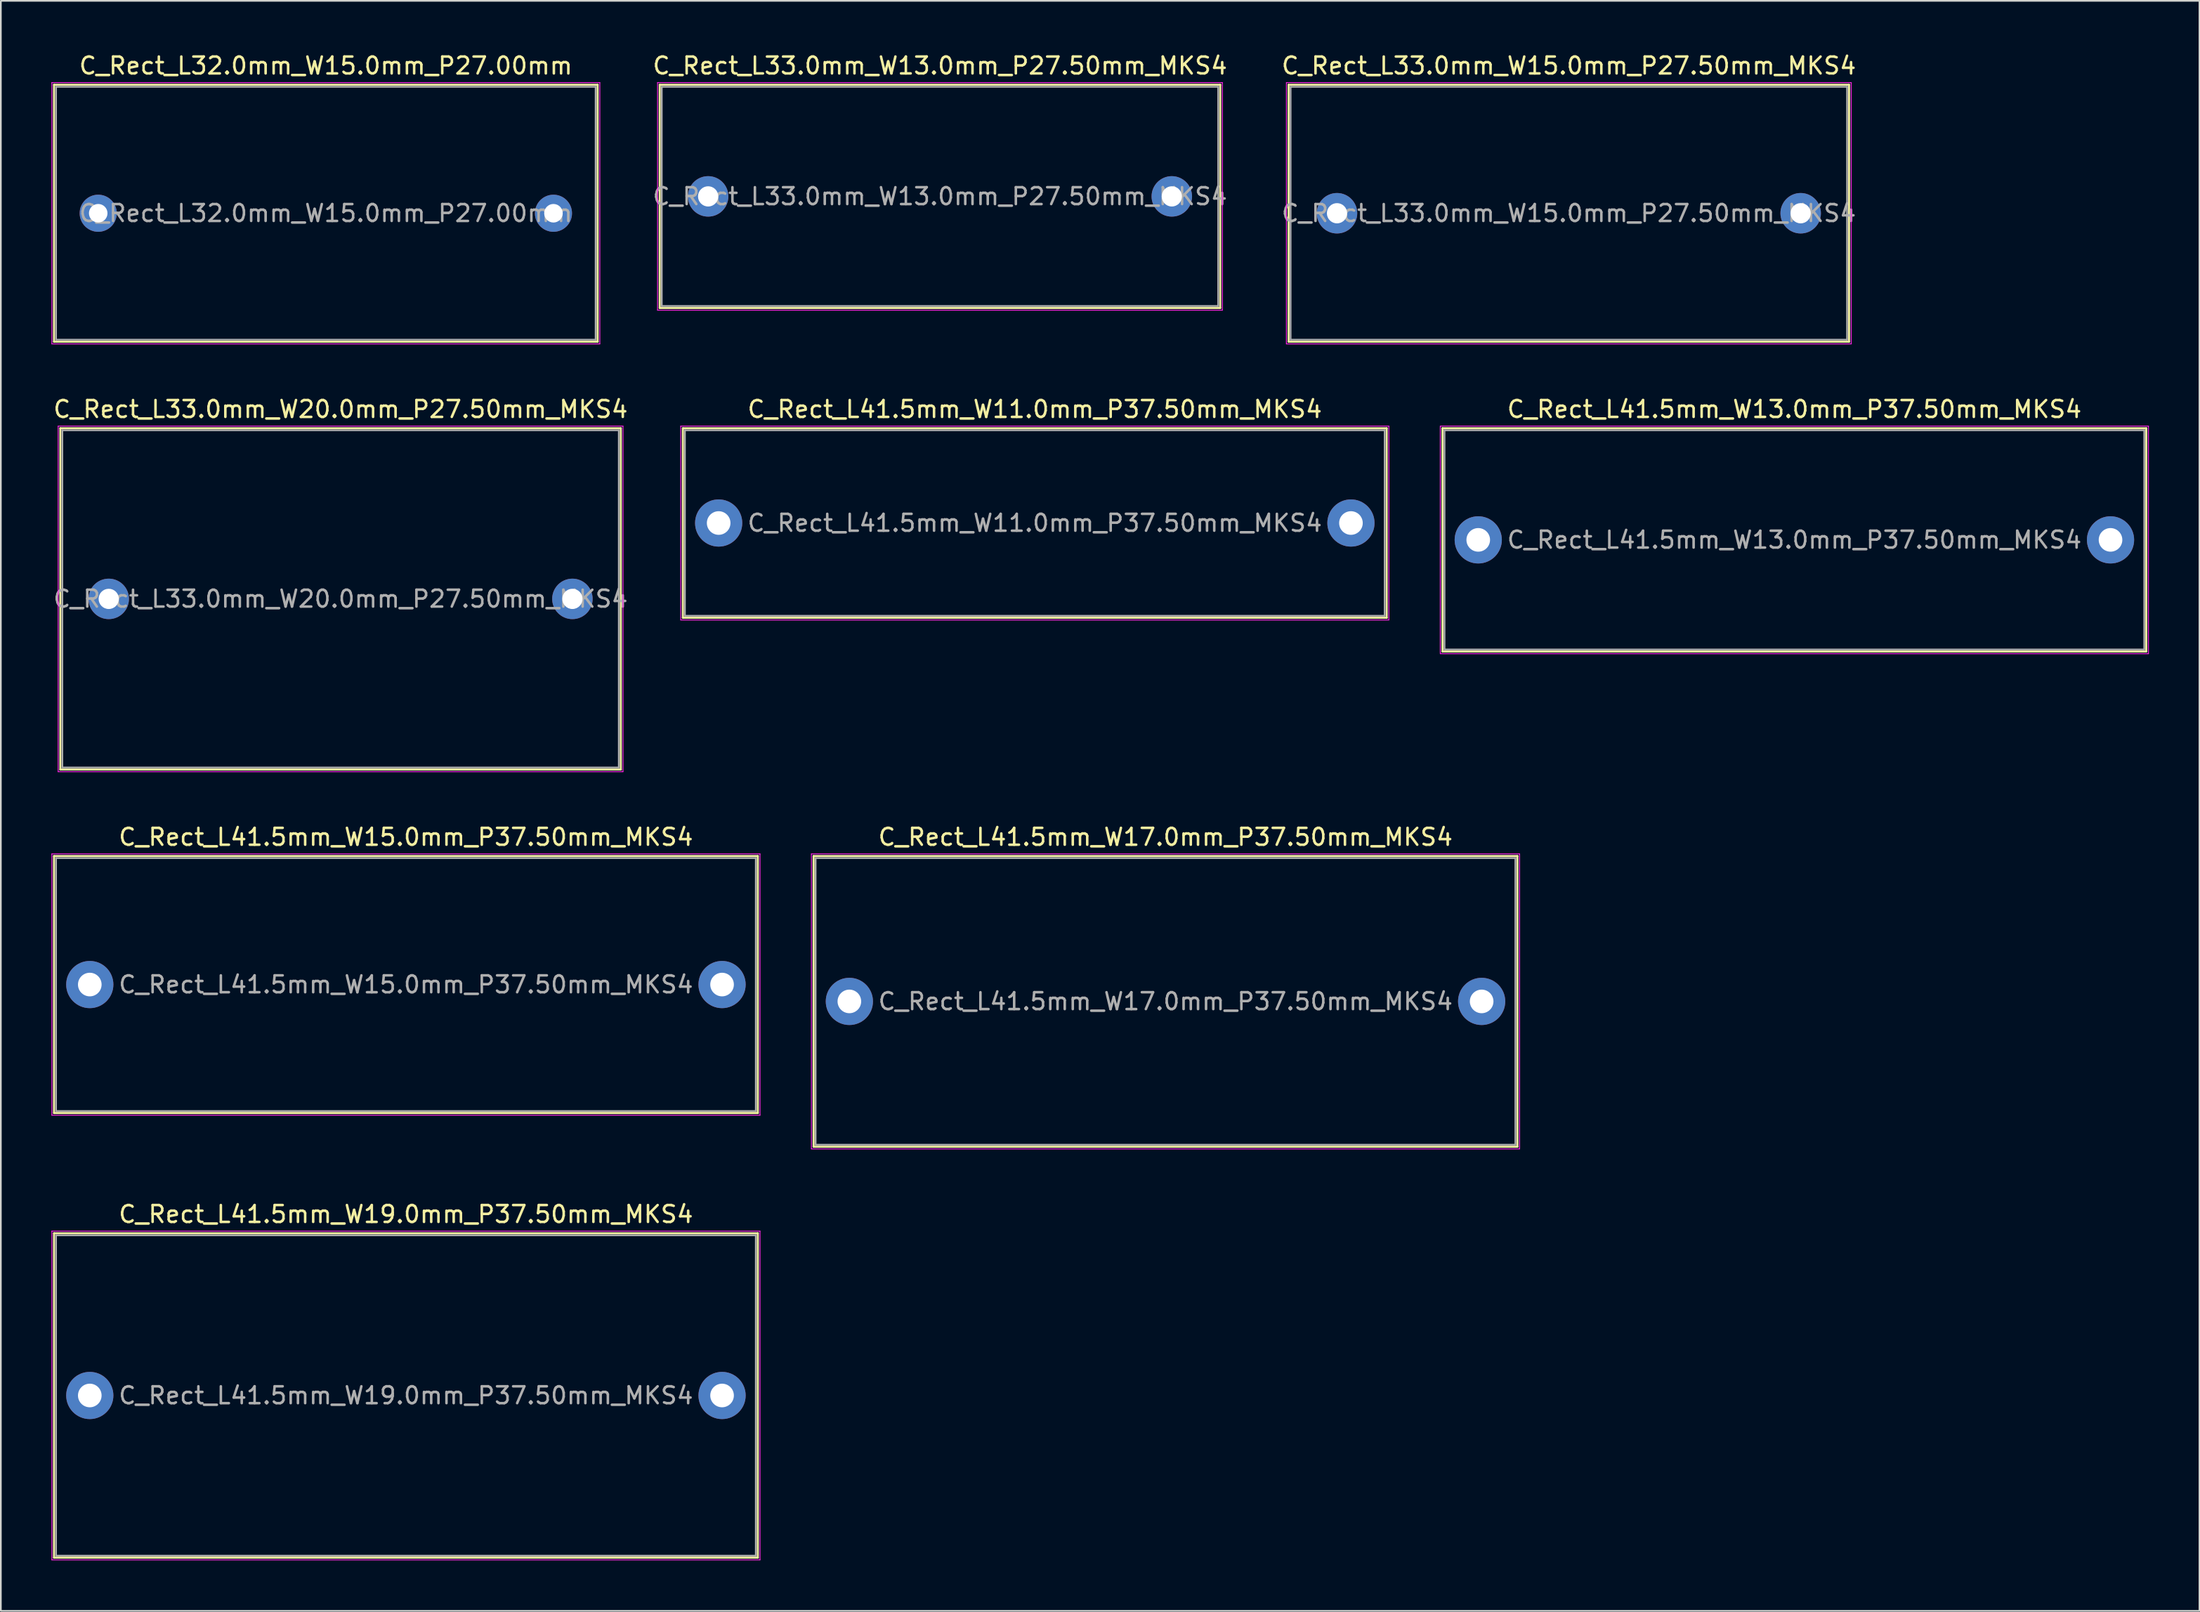
<source format=kicad_pcb>
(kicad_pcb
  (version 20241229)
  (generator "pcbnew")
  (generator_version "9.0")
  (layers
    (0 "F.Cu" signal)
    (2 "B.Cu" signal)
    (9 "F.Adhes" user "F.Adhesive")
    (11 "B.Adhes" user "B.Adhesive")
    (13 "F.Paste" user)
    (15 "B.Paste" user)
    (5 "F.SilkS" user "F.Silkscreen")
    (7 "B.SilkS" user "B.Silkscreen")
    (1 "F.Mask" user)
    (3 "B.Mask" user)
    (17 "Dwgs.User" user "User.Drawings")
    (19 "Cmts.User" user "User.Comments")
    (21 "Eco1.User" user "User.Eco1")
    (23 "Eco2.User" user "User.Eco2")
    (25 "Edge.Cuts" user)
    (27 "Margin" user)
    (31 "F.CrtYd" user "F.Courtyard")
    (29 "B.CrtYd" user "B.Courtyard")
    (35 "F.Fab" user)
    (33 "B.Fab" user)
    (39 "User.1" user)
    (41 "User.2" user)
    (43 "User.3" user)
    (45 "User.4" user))
  (footprint "C_Rect_L41.5mm_W15.0mm_P37.50mm_MKS4"
    (layer "F.Cu")
    (at 2.275 55.345)
    (property "Reference" "C_Rect_L41.5mm_W15.0mm_P37.50mm_MKS4" (at 18.75 -8.75 0) (layer "F.SilkS") (effects (font (size 1 1) (thickness 0.15))))
    (attr through_hole)
    (fp_line (start -2.12 -7.62) (end -2.12 7.62) (stroke (width 0.12) (type solid)) (layer "F.SilkS"))
    (fp_line (start -2.12 -7.62) (end 39.62 -7.62) (stroke (width 0.12) (type solid)) (layer "F.SilkS"))
    (fp_line (start -2.12 7.62) (end 39.62 7.62) (stroke (width 0.12) (type solid)) (layer "F.SilkS"))
    (fp_line (start 39.62 -7.62) (end 39.62 7.62) (stroke (width 0.12) (type solid)) (layer "F.SilkS"))
    (fp_line (start -2.25 -7.75) (end -2.25 7.75) (stroke (width 0.05) (type solid)) (layer "F.CrtYd"))
    (fp_line (start -2.25 7.75) (end 39.75 7.75) (stroke (width 0.05) (type solid)) (layer "F.CrtYd"))
    (fp_line (start 39.75 -7.75) (end -2.25 -7.75) (stroke (width 0.05) (type solid)) (layer "F.CrtYd"))
    (fp_line (start 39.75 7.75) (end 39.75 -7.75) (stroke (width 0.05) (type solid)) (layer "F.CrtYd"))
    (fp_line (start -2 -7.5) (end -2 7.5) (stroke (width 0.1) (type solid)) (layer "F.Fab"))
    (fp_line (start -2 7.5) (end 39.5 7.5) (stroke (width 0.1) (type solid)) (layer "F.Fab"))
    (fp_line (start 39.5 -7.5) (end -2 -7.5) (stroke (width 0.1) (type solid)) (layer "F.Fab"))
    (fp_line (start 39.5 7.5) (end 39.5 -7.5) (stroke (width 0.1) (type solid)) (layer "F.Fab"))
    (fp_text user "${REFERENCE}" (at 18.75 0 0) (layer "F.Fab") (effects (font (size 1 1) (thickness 0.15))))
    (pad "1" thru_hole circle (at 0 0) (size 2.8 2.8) (drill 1.4) (layers "*.Cu" "*.Mask"))
    (pad "2" thru_hole circle (at 37.5 0) (size 2.8 2.8) (drill 1.4) (layers "*.Cu" "*.Mask")))
  (footprint "C_Rect_L41.5mm_W17.0mm_P37.50mm_MKS4"
    (layer "F.Cu")
    (at 47.325 56.345)
    (property "Reference" "C_Rect_L41.5mm_W17.0mm_P37.50mm_MKS4" (at 18.75 -9.75 0) (layer "F.SilkS") (effects (font (size 1 1) (thickness 0.15))))
    (attr through_hole)
    (fp_line (start -2.12 -8.62) (end -2.12 8.62) (stroke (width 0.12) (type solid)) (layer "F.SilkS"))
    (fp_line (start -2.12 -8.62) (end 39.62 -8.62) (stroke (width 0.12) (type solid)) (layer "F.SilkS"))
    (fp_line (start -2.12 8.62) (end 39.62 8.62) (stroke (width 0.12) (type solid)) (layer "F.SilkS"))
    (fp_line (start 39.62 -8.62) (end 39.62 8.62) (stroke (width 0.12) (type solid)) (layer "F.SilkS"))
    (fp_line (start -2.25 -8.75) (end -2.25 8.75) (stroke (width 0.05) (type solid)) (layer "F.CrtYd"))
    (fp_line (start -2.25 8.75) (end 39.75 8.75) (stroke (width 0.05) (type solid)) (layer "F.CrtYd"))
    (fp_line (start 39.75 -8.75) (end -2.25 -8.75) (stroke (width 0.05) (type solid)) (layer "F.CrtYd"))
    (fp_line (start 39.75 8.75) (end 39.75 -8.75) (stroke (width 0.05) (type solid)) (layer "F.CrtYd"))
    (fp_line (start -2 -8.5) (end -2 8.5) (stroke (width 0.1) (type solid)) (layer "F.Fab"))
    (fp_line (start -2 8.5) (end 39.5 8.5) (stroke (width 0.1) (type solid)) (layer "F.Fab"))
    (fp_line (start 39.5 -8.5) (end -2 -8.5) (stroke (width 0.1) (type solid)) (layer "F.Fab"))
    (fp_line (start 39.5 8.5) (end 39.5 -8.5) (stroke (width 0.1) (type solid)) (layer "F.Fab"))
    (fp_text user "${REFERENCE}" (at 18.75 0 0) (layer "F.Fab") (effects (font (size 1 1) (thickness 0.15))))
    (pad "1" thru_hole circle (at 0 0) (size 2.8 2.8) (drill 1.4) (layers "*.Cu" "*.Mask"))
    (pad "2" thru_hole circle (at 37.5 0) (size 2.8 2.8) (drill 1.4) (layers "*.Cu" "*.Mask")))
  (footprint "C_Rect_L41.5mm_W19.0mm_P37.50mm_MKS4"
    (layer "F.Cu")
    (at 2.275 79.718)
    (property "Reference" "C_Rect_L41.5mm_W19.0mm_P37.50mm_MKS4" (at 18.75 -10.75 0) (layer "F.SilkS") (effects (font (size 1 1) (thickness 0.15))))
    (attr through_hole)
    (fp_line (start -2.12 -9.62) (end -2.12 9.62) (stroke (width 0.12) (type solid)) (layer "F.SilkS"))
    (fp_line (start -2.12 -9.62) (end 39.62 -9.62) (stroke (width 0.12) (type solid)) (layer "F.SilkS"))
    (fp_line (start -2.12 9.62) (end 39.62 9.62) (stroke (width 0.12) (type solid)) (layer "F.SilkS"))
    (fp_line (start 39.62 -9.62) (end 39.62 9.62) (stroke (width 0.12) (type solid)) (layer "F.SilkS"))
    (fp_line (start -2.25 -9.75) (end -2.25 9.75) (stroke (width 0.05) (type solid)) (layer "F.CrtYd"))
    (fp_line (start -2.25 9.75) (end 39.75 9.75) (stroke (width 0.05) (type solid)) (layer "F.CrtYd"))
    (fp_line (start 39.75 -9.75) (end -2.25 -9.75) (stroke (width 0.05) (type solid)) (layer "F.CrtYd"))
    (fp_line (start 39.75 9.75) (end 39.75 -9.75) (stroke (width 0.05) (type solid)) (layer "F.CrtYd"))
    (fp_line (start -2 -9.5) (end -2 9.5) (stroke (width 0.1) (type solid)) (layer "F.Fab"))
    (fp_line (start -2 9.5) (end 39.5 9.5) (stroke (width 0.1) (type solid)) (layer "F.Fab"))
    (fp_line (start 39.5 -9.5) (end -2 -9.5) (stroke (width 0.1) (type solid)) (layer "F.Fab"))
    (fp_line (start 39.5 9.5) (end 39.5 -9.5) (stroke (width 0.1) (type solid)) (layer "F.Fab"))
    (fp_text user "${REFERENCE}" (at 18.75 0 0) (layer "F.Fab") (effects (font (size 1 1) (thickness 0.15))))
    (pad "1" thru_hole circle (at 0 0) (size 2.8 2.8) (drill 1.4) (layers "*.Cu" "*.Mask"))
    (pad "2" thru_hole circle (at 37.5 0) (size 2.8 2.8) (drill 1.4) (layers "*.Cu" "*.Mask")))
  (footprint "C_Rect_L41.5mm_W13.0mm_P37.50mm_MKS4"
    (layer "F.Cu")
    (at 84.623 28.971)
    (property "Reference" "C_Rect_L41.5mm_W13.0mm_P37.50mm_MKS4" (at 18.75 -7.75 0) (layer "F.SilkS") (effects (font (size 1 1) (thickness 0.15))))
    (attr through_hole)
    (fp_line (start -2.12 -6.62) (end -2.12 6.62) (stroke (width 0.12) (type solid)) (layer "F.SilkS"))
    (fp_line (start -2.12 -6.62) (end 39.62 -6.62) (stroke (width 0.12) (type solid)) (layer "F.SilkS"))
    (fp_line (start -2.12 6.62) (end 39.62 6.62) (stroke (width 0.12) (type solid)) (layer "F.SilkS"))
    (fp_line (start 39.62 -6.62) (end 39.62 6.62) (stroke (width 0.12) (type solid)) (layer "F.SilkS"))
    (fp_line (start -2.25 -6.75) (end -2.25 6.75) (stroke (width 0.05) (type solid)) (layer "F.CrtYd"))
    (fp_line (start -2.25 6.75) (end 39.75 6.75) (stroke (width 0.05) (type solid)) (layer "F.CrtYd"))
    (fp_line (start 39.75 -6.75) (end -2.25 -6.75) (stroke (width 0.05) (type solid)) (layer "F.CrtYd"))
    (fp_line (start 39.75 6.75) (end 39.75 -6.75) (stroke (width 0.05) (type solid)) (layer "F.CrtYd"))
    (fp_line (start -2 -6.5) (end -2 6.5) (stroke (width 0.1) (type solid)) (layer "F.Fab"))
    (fp_line (start -2 6.5) (end 39.5 6.5) (stroke (width 0.1) (type solid)) (layer "F.Fab"))
    (fp_line (start 39.5 -6.5) (end -2 -6.5) (stroke (width 0.1) (type solid)) (layer "F.Fab"))
    (fp_line (start 39.5 6.5) (end 39.5 -6.5) (stroke (width 0.1) (type solid)) (layer "F.Fab"))
    (fp_text user "${REFERENCE}" (at 18.75 0 0) (layer "F.Fab") (effects (font (size 1 1) (thickness 0.15))))
    (pad "1" thru_hole circle (at 0 0) (size 2.8 2.8) (drill 1.4) (layers "*.Cu" "*.Mask"))
    (pad "2" thru_hole circle (at 37.5 0) (size 2.8 2.8) (drill 1.4) (layers "*.Cu" "*.Mask")))
  (footprint "C_Rect_L41.5mm_W11.0mm_P37.50mm_MKS4"
    (layer "F.Cu")
    (at 39.573 27.971)
    (property "Reference" "C_Rect_L41.5mm_W11.0mm_P37.50mm_MKS4" (at 18.75 -6.75 0) (layer "F.SilkS") (effects (font (size 1 1) (thickness 0.15))))
    (attr through_hole)
    (fp_line (start -2.12 -5.62) (end -2.12 5.62) (stroke (width 0.12) (type solid)) (layer "F.SilkS"))
    (fp_line (start -2.12 -5.62) (end 39.62 -5.62) (stroke (width 0.12) (type solid)) (layer "F.SilkS"))
    (fp_line (start -2.12 5.62) (end 39.62 5.62) (stroke (width 0.12) (type solid)) (layer "F.SilkS"))
    (fp_line (start 39.62 -5.62) (end 39.62 5.62) (stroke (width 0.12) (type solid)) (layer "F.SilkS"))
    (fp_line (start -2.25 -5.75) (end -2.25 5.75) (stroke (width 0.05) (type solid)) (layer "F.CrtYd"))
    (fp_line (start -2.25 5.75) (end 39.75 5.75) (stroke (width 0.05) (type solid)) (layer "F.CrtYd"))
    (fp_line (start 39.75 -5.75) (end -2.25 -5.75) (stroke (width 0.05) (type solid)) (layer "F.CrtYd"))
    (fp_line (start 39.75 5.75) (end 39.75 -5.75) (stroke (width 0.05) (type solid)) (layer "F.CrtYd"))
    (fp_line (start -2 -5.5) (end -2 5.5) (stroke (width 0.1) (type solid)) (layer "F.Fab"))
    (fp_line (start -2 5.5) (end 39.5 5.5) (stroke (width 0.1) (type solid)) (layer "F.Fab"))
    (fp_line (start 39.5 -5.5) (end -2 -5.5) (stroke (width 0.1) (type solid)) (layer "F.Fab"))
    (fp_line (start 39.5 5.5) (end 39.5 -5.5) (stroke (width 0.1) (type solid)) (layer "F.Fab"))
    (fp_text user "${REFERENCE}" (at 18.75 0 0) (layer "F.Fab") (effects (font (size 1 1) (thickness 0.15))))
    (pad "1" thru_hole circle (at 0 0) (size 2.8 2.8) (drill 1.4) (layers "*.Cu" "*.Mask"))
    (pad "2" thru_hole circle (at 37.5 0) (size 2.8 2.8) (drill 1.4) (layers "*.Cu" "*.Mask")))
  (footprint "C_Rect_L33.0mm_W20.0mm_P27.50mm_MKS4"
    (layer "F.Cu")
    (at 3.399 32.471)
    (property "Reference" "C_Rect_L33.0mm_W20.0mm_P27.50mm_MKS4" (at 13.75 -11.25 0) (layer "F.SilkS") (effects (font (size 1 1) (thickness 0.15))))
    (attr through_hole)
    (fp_line (start -2.87 -10.12) (end -2.87 10.12) (stroke (width 0.12) (type solid)) (layer "F.SilkS"))
    (fp_line (start -2.87 -10.12) (end 30.37 -10.12) (stroke (width 0.12) (type solid)) (layer "F.SilkS"))
    (fp_line (start -2.87 10.12) (end 30.37 10.12) (stroke (width 0.12) (type solid)) (layer "F.SilkS"))
    (fp_line (start 30.37 -10.12) (end 30.37 10.12) (stroke (width 0.12) (type solid)) (layer "F.SilkS"))
    (fp_line (start -3 -10.25) (end -3 10.25) (stroke (width 0.05) (type solid)) (layer "F.CrtYd"))
    (fp_line (start -3 10.25) (end 30.5 10.25) (stroke (width 0.05) (type solid)) (layer "F.CrtYd"))
    (fp_line (start 30.5 -10.25) (end -3 -10.25) (stroke (width 0.05) (type solid)) (layer "F.CrtYd"))
    (fp_line (start 30.5 10.25) (end 30.5 -10.25) (stroke (width 0.05) (type solid)) (layer "F.CrtYd"))
    (fp_line (start -2.75 -10) (end -2.75 10) (stroke (width 0.1) (type solid)) (layer "F.Fab"))
    (fp_line (start -2.75 10) (end 30.25 10) (stroke (width 0.1) (type solid)) (layer "F.Fab"))
    (fp_line (start 30.25 -10) (end -2.75 -10) (stroke (width 0.1) (type solid)) (layer "F.Fab"))
    (fp_line (start 30.25 10) (end 30.25 -10) (stroke (width 0.1) (type solid)) (layer "F.Fab"))
    (fp_text user "${REFERENCE}" (at 13.75 0 0) (layer "F.Fab") (effects (font (size 1 1) (thickness 0.15))))
    (pad "1" thru_hole circle (at 0 0) (size 2.4 2.4) (drill 1.2) (layers "*.Cu" "*.Mask"))
    (pad "2" thru_hole circle (at 27.5 0) (size 2.4 2.4) (drill 1.2) (layers "*.Cu" "*.Mask")))
  (footprint "C_Rect_L32.0mm_W15.0mm_P27.00mm"
    (layer "F.Cu")
    (at 2.775 9.598)
    (property "Reference" "C_Rect_L32.0mm_W15.0mm_P27.00mm" (at 13.5 -8.75 0) (layer "F.SilkS") (effects (font (size 1 1) (thickness 0.15))))
    (attr through_hole)
    (fp_line (start -2.62 -7.62) (end -2.62 7.62) (stroke (width 0.12) (type solid)) (layer "F.SilkS"))
    (fp_line (start -2.62 -7.62) (end 29.62 -7.62) (stroke (width 0.12) (type solid)) (layer "F.SilkS"))
    (fp_line (start -2.62 7.62) (end 29.62 7.62) (stroke (width 0.12) (type solid)) (layer "F.SilkS"))
    (fp_line (start 29.62 -7.62) (end 29.62 7.62) (stroke (width 0.12) (type solid)) (layer "F.SilkS"))
    (fp_line (start -2.75 -7.75) (end -2.75 7.75) (stroke (width 0.05) (type solid)) (layer "F.CrtYd"))
    (fp_line (start -2.75 7.75) (end 29.75 7.75) (stroke (width 0.05) (type solid)) (layer "F.CrtYd"))
    (fp_line (start 29.75 -7.75) (end -2.75 -7.75) (stroke (width 0.05) (type solid)) (layer "F.CrtYd"))
    (fp_line (start 29.75 7.75) (end 29.75 -7.75) (stroke (width 0.05) (type solid)) (layer "F.CrtYd"))
    (fp_line (start -2.5 -7.5) (end -2.5 7.5) (stroke (width 0.1) (type solid)) (layer "F.Fab"))
    (fp_line (start -2.5 7.5) (end 29.5 7.5) (stroke (width 0.1) (type solid)) (layer "F.Fab"))
    (fp_line (start 29.5 -7.5) (end -2.5 -7.5) (stroke (width 0.1) (type solid)) (layer "F.Fab"))
    (fp_line (start 29.5 7.5) (end 29.5 -7.5) (stroke (width 0.1) (type solid)) (layer "F.Fab"))
    (fp_text user "${REFERENCE}" (at 13.5 0 0) (layer "F.Fab") (effects (font (size 1 1) (thickness 0.15))))
    (pad "1" thru_hole circle (at 0 0) (size 2.2 2.2) (drill 1.1) (layers "*.Cu" "*.Mask"))
    (pad "2" thru_hole circle (at 27 0) (size 2.2 2.2) (drill 1.1) (layers "*.Cu" "*.Mask")))
  (footprint "C_Rect_L33.0mm_W13.0mm_P27.50mm_MKS4"
    (layer "F.Cu")
    (at 38.949 8.598)
    (property "Reference" "C_Rect_L33.0mm_W13.0mm_P27.50mm_MKS4" (at 13.75 -7.75 0) (layer "F.SilkS") (effects (font (size 1 1) (thickness 0.15))))
    (attr through_hole)
    (fp_line (start -2.87 -6.62) (end -2.87 6.62) (stroke (width 0.12) (type solid)) (layer "F.SilkS"))
    (fp_line (start -2.87 -6.62) (end 30.37 -6.62) (stroke (width 0.12) (type solid)) (layer "F.SilkS"))
    (fp_line (start -2.87 6.62) (end 30.37 6.62) (stroke (width 0.12) (type solid)) (layer "F.SilkS"))
    (fp_line (start 30.37 -6.62) (end 30.37 6.62) (stroke (width 0.12) (type solid)) (layer "F.SilkS"))
    (fp_line (start -3 -6.75) (end -3 6.75) (stroke (width 0.05) (type solid)) (layer "F.CrtYd"))
    (fp_line (start -3 6.75) (end 30.5 6.75) (stroke (width 0.05) (type solid)) (layer "F.CrtYd"))
    (fp_line (start 30.5 -6.75) (end -3 -6.75) (stroke (width 0.05) (type solid)) (layer "F.CrtYd"))
    (fp_line (start 30.5 6.75) (end 30.5 -6.75) (stroke (width 0.05) (type solid)) (layer "F.CrtYd"))
    (fp_line (start -2.75 -6.5) (end -2.75 6.5) (stroke (width 0.1) (type solid)) (layer "F.Fab"))
    (fp_line (start -2.75 6.5) (end 30.25 6.5) (stroke (width 0.1) (type solid)) (layer "F.Fab"))
    (fp_line (start 30.25 -6.5) (end -2.75 -6.5) (stroke (width 0.1) (type solid)) (layer "F.Fab"))
    (fp_line (start 30.25 6.5) (end 30.25 -6.5) (stroke (width 0.1) (type solid)) (layer "F.Fab"))
    (fp_text user "${REFERENCE}" (at 13.75 0 0) (layer "F.Fab") (effects (font (size 1 1) (thickness 0.15))))
    (pad "1" thru_hole circle (at 0 0) (size 2.4 2.4) (drill 1.2) (layers "*.Cu" "*.Mask"))
    (pad "2" thru_hole circle (at 27.5 0) (size 2.4 2.4) (drill 1.2) (layers "*.Cu" "*.Mask")))
  (footprint "C_Rect_L33.0mm_W15.0mm_P27.50mm_MKS4"
    (layer "F.Cu")
    (at 76.246 9.598)
    (property "Reference" "C_Rect_L33.0mm_W15.0mm_P27.50mm_MKS4" (at 13.75 -8.75 0) (layer "F.SilkS") (effects (font (size 1 1) (thickness 0.15))))
    (attr through_hole)
    (fp_line (start -2.87 -7.62) (end -2.87 7.62) (stroke (width 0.12) (type solid)) (layer "F.SilkS"))
    (fp_line (start -2.87 -7.62) (end 30.37 -7.62) (stroke (width 0.12) (type solid)) (layer "F.SilkS"))
    (fp_line (start -2.87 7.62) (end 30.37 7.62) (stroke (width 0.12) (type solid)) (layer "F.SilkS"))
    (fp_line (start 30.37 -7.62) (end 30.37 7.62) (stroke (width 0.12) (type solid)) (layer "F.SilkS"))
    (fp_line (start -3 -7.75) (end -3 7.75) (stroke (width 0.05) (type solid)) (layer "F.CrtYd"))
    (fp_line (start -3 7.75) (end 30.5 7.75) (stroke (width 0.05) (type solid)) (layer "F.CrtYd"))
    (fp_line (start 30.5 -7.75) (end -3 -7.75) (stroke (width 0.05) (type solid)) (layer "F.CrtYd"))
    (fp_line (start 30.5 7.75) (end 30.5 -7.75) (stroke (width 0.05) (type solid)) (layer "F.CrtYd"))
    (fp_line (start -2.75 -7.5) (end -2.75 7.5) (stroke (width 0.1) (type solid)) (layer "F.Fab"))
    (fp_line (start -2.75 7.5) (end 30.25 7.5) (stroke (width 0.1) (type solid)) (layer "F.Fab"))
    (fp_line (start 30.25 -7.5) (end -2.75 -7.5) (stroke (width 0.1) (type solid)) (layer "F.Fab"))
    (fp_line (start 30.25 7.5) (end 30.25 -7.5) (stroke (width 0.1) (type solid)) (layer "F.Fab"))
    (fp_text user "${REFERENCE}" (at 13.75 0 0) (layer "F.Fab") (effects (font (size 1 1) (thickness 0.15))))
    (pad "1" thru_hole circle (at 0 0) (size 2.4 2.4) (drill 1.2) (layers "*.Cu" "*.Mask"))
    (pad "2" thru_hole circle (at 27.5 0) (size 2.4 2.4) (drill 1.2) (layers "*.Cu" "*.Mask")))
  (gr_rect
    (start -3 -3)
    (end 127.398 92.493)
    (stroke (width 0.1) (type default))
    (fill no)
    (layer "Edge.Cuts")))
</source>
